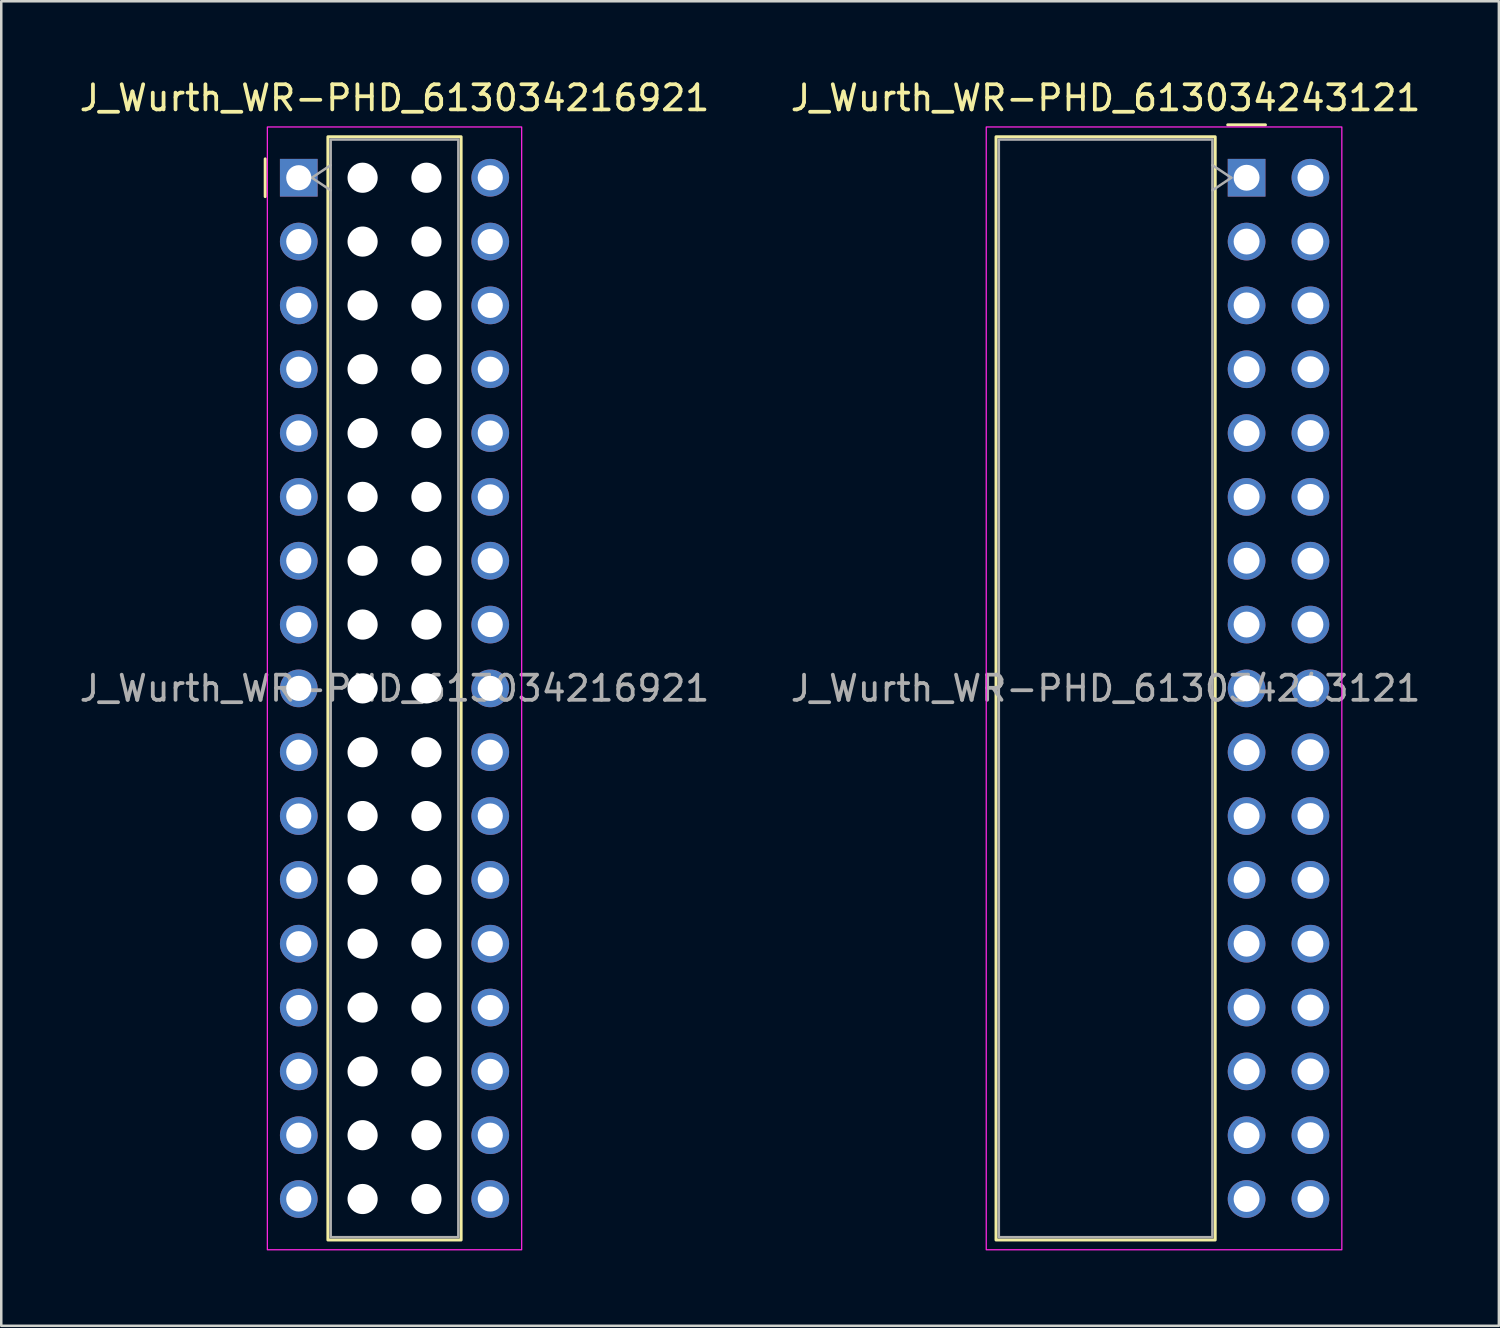
<source format=kicad_pcb>
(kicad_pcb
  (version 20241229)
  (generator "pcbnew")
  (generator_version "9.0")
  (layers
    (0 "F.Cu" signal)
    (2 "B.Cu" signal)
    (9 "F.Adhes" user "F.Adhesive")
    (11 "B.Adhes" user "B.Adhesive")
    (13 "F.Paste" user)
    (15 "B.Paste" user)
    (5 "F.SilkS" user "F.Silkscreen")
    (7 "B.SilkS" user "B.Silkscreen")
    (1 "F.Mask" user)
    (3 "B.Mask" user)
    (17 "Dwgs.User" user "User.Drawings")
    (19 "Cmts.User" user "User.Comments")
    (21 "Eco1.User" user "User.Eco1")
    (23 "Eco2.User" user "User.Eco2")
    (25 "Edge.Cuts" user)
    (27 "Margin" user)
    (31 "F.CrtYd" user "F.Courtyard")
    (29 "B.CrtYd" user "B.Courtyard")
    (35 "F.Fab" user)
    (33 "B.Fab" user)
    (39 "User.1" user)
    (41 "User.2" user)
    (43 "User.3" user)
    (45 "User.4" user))
  (footprint "J_Wurth_WR-PHD_613034216921"
    (layer "F.Cu")
    (at 8.839 4.023)
    (property "Reference" "J_Wurth_WR-PHD_613034216921" (at 3.81 -3.175 0) (unlocked yes) (layer "F.SilkS") (effects (font (size 1 1) (thickness 0.15))))
    (attr through_hole)
    (fp_line (start -1.335 -0.75) (end -1.335 0.75) (stroke (width 0.12) (type solid)) (layer "F.SilkS"))
    (fp_rect (start 1.16 -1.63) (end 6.46 42.27) (stroke (width 0.12) (type solid)) (fill no) (layer "F.SilkS"))
    (fp_rect (start -1.25 -2.02) (end 8.87 42.66) (stroke (width 0.05) (type solid)) (fill no) (layer "F.CrtYd"))
    (fp_line (start 0.52 0) (end 1.27 -0.5) (stroke (width 0.1) (type solid)) (layer "F.Fab"))
    (fp_line (start 0.52 0) (end 1.27 0.5) (stroke (width 0.1) (type solid)) (layer "F.Fab"))
    (fp_rect (start 1.27 -1.52) (end 6.35 42.16) (stroke (width 0.1) (type solid)) (fill no) (layer "F.Fab"))
    (fp_text user "${REFERENCE}" (at 3.81 20.32 0) (unlocked yes) (layer "F.Fab") (effects (font (size 1 1) (thickness 0.15))))
    (pad "" np_thru_hole circle (at 2.54 0 270) (size 1.2 1.2) (drill 1.2) (layers "*.Cu" "*.Mask"))
    (pad "" np_thru_hole circle (at 2.54 2.54 270) (size 1.2 1.2) (drill 1.2) (layers "*.Cu" "*.Mask"))
    (pad "" np_thru_hole circle (at 2.54 5.08 270) (size 1.2 1.2) (drill 1.2) (layers "*.Cu" "*.Mask"))
    (pad "" np_thru_hole circle (at 2.54 7.62 270) (size 1.2 1.2) (drill 1.2) (layers "*.Cu" "*.Mask"))
    (pad "" np_thru_hole circle (at 2.54 10.16 270) (size 1.2 1.2) (drill 1.2) (layers "*.Cu" "*.Mask"))
    (pad "" np_thru_hole circle (at 2.54 12.7 270) (size 1.2 1.2) (drill 1.2) (layers "*.Cu" "*.Mask"))
    (pad "" np_thru_hole circle (at 2.54 15.24 270) (size 1.2 1.2) (drill 1.2) (layers "*.Cu" "*.Mask"))
    (pad "" np_thru_hole circle (at 2.54 17.78 270) (size 1.2 1.2) (drill 1.2) (layers "*.Cu" "*.Mask"))
    (pad "" np_thru_hole circle (at 2.54 20.32 270) (size 1.2 1.2) (drill 1.2) (layers "*.Cu" "*.Mask"))
    (pad "" np_thru_hole circle (at 2.54 22.86 270) (size 1.2 1.2) (drill 1.2) (layers "*.Cu" "*.Mask"))
    (pad "" np_thru_hole circle (at 2.54 25.4 270) (size 1.2 1.2) (drill 1.2) (layers "*.Cu" "*.Mask"))
    (pad "" np_thru_hole circle (at 2.54 27.94 270) (size 1.2 1.2) (drill 1.2) (layers "*.Cu" "*.Mask"))
    (pad "" np_thru_hole circle (at 2.54 30.48 270) (size 1.2 1.2) (drill 1.2) (layers "*.Cu" "*.Mask"))
    (pad "" np_thru_hole circle (at 2.54 33.02 270) (size 1.2 1.2) (drill 1.2) (layers "*.Cu" "*.Mask"))
    (pad "" np_thru_hole circle (at 2.54 35.56 270) (size 1.2 1.2) (drill 1.2) (layers "*.Cu" "*.Mask"))
    (pad "" np_thru_hole circle (at 2.54 38.1 270) (size 1.2 1.2) (drill 1.2) (layers "*.Cu" "*.Mask"))
    (pad "" np_thru_hole circle (at 2.54 40.64 270) (size 1.2 1.2) (drill 1.2) (layers "*.Cu" "*.Mask"))
    (pad "" np_thru_hole circle (at 5.08 0 270) (size 1.2 1.2) (drill 1.2) (layers "*.Cu" "*.Mask"))
    (pad "" np_thru_hole circle (at 5.08 2.54 270) (size 1.2 1.2) (drill 1.2) (layers "*.Cu" "*.Mask"))
    (pad "" np_thru_hole circle (at 5.08 5.08 270) (size 1.2 1.2) (drill 1.2) (layers "*.Cu" "*.Mask"))
    (pad "" np_thru_hole circle (at 5.08 7.62 270) (size 1.2 1.2) (drill 1.2) (layers "*.Cu" "*.Mask"))
    (pad "" np_thru_hole circle (at 5.08 10.16 270) (size 1.2 1.2) (drill 1.2) (layers "*.Cu" "*.Mask"))
    (pad "" np_thru_hole circle (at 5.08 12.7 270) (size 1.2 1.2) (drill 1.2) (layers "*.Cu" "*.Mask"))
    (pad "" np_thru_hole circle (at 5.08 15.24 270) (size 1.2 1.2) (drill 1.2) (layers "*.Cu" "*.Mask"))
    (pad "" np_thru_hole circle (at 5.08 17.78 270) (size 1.2 1.2) (drill 1.2) (layers "*.Cu" "*.Mask"))
    (pad "" np_thru_hole circle (at 5.08 20.32 270) (size 1.2 1.2) (drill 1.2) (layers "*.Cu" "*.Mask"))
    (pad "" np_thru_hole circle (at 5.08 22.86 270) (size 1.2 1.2) (drill 1.2) (layers "*.Cu" "*.Mask"))
    (pad "" np_thru_hole circle (at 5.08 25.4 270) (size 1.2 1.2) (drill 1.2) (layers "*.Cu" "*.Mask"))
    (pad "" np_thru_hole circle (at 5.08 27.94 270) (size 1.2 1.2) (drill 1.2) (layers "*.Cu" "*.Mask"))
    (pad "" np_thru_hole circle (at 5.08 30.48 270) (size 1.2 1.2) (drill 1.2) (layers "*.Cu" "*.Mask"))
    (pad "" np_thru_hole circle (at 5.08 33.02 270) (size 1.2 1.2) (drill 1.2) (layers "*.Cu" "*.Mask"))
    (pad "" np_thru_hole circle (at 5.08 35.56 270) (size 1.2 1.2) (drill 1.2) (layers "*.Cu" "*.Mask"))
    (pad "" np_thru_hole circle (at 5.08 38.1 270) (size 1.2 1.2) (drill 1.2) (layers "*.Cu" "*.Mask"))
    (pad "" np_thru_hole circle (at 5.08 40.64 270) (size 1.2 1.2) (drill 1.2) (layers "*.Cu" "*.Mask"))
    (pad "1" thru_hole rect (at 0 0 270) (size 1.5 1.5) (drill 1) (layers "*.Cu" "*.Mask"))
    (pad "2" thru_hole circle (at 7.62 0 270) (size 1.5 1.5) (drill 1) (layers "*.Cu" "*.Mask"))
    (pad "3" thru_hole circle (at 0 2.54 270) (size 1.5 1.5) (drill 1) (layers "*.Cu" "*.Mask"))
    (pad "4" thru_hole circle (at 7.62 2.54 270) (size 1.5 1.5) (drill 1) (layers "*.Cu" "*.Mask"))
    (pad "5" thru_hole circle (at 0 5.08 270) (size 1.5 1.5) (drill 1) (layers "*.Cu" "*.Mask"))
    (pad "6" thru_hole circle (at 7.62 5.08 270) (size 1.5 1.5) (drill 1) (layers "*.Cu" "*.Mask"))
    (pad "7" thru_hole circle (at 0 7.62 270) (size 1.5 1.5) (drill 1) (layers "*.Cu" "*.Mask"))
    (pad "8" thru_hole circle (at 7.62 7.62 270) (size 1.5 1.5) (drill 1) (layers "*.Cu" "*.Mask"))
    (pad "9" thru_hole circle (at 0 10.16 270) (size 1.5 1.5) (drill 1) (layers "*.Cu" "*.Mask"))
    (pad "10" thru_hole circle (at 7.62 10.16 270) (size 1.5 1.5) (drill 1) (layers "*.Cu" "*.Mask"))
    (pad "11" thru_hole circle (at 0 12.7 270) (size 1.5 1.5) (drill 1) (layers "*.Cu" "*.Mask"))
    (pad "12" thru_hole circle (at 7.62 12.7 270) (size 1.5 1.5) (drill 1) (layers "*.Cu" "*.Mask"))
    (pad "13" thru_hole circle (at 0 15.24 270) (size 1.5 1.5) (drill 1) (layers "*.Cu" "*.Mask"))
    (pad "14" thru_hole circle (at 7.62 15.24 270) (size 1.5 1.5) (drill 1) (layers "*.Cu" "*.Mask"))
    (pad "15" thru_hole circle (at 0 17.78 270) (size 1.5 1.5) (drill 1) (layers "*.Cu" "*.Mask"))
    (pad "16" thru_hole circle (at 7.62 17.78 270) (size 1.5 1.5) (drill 1) (layers "*.Cu" "*.Mask"))
    (pad "17" thru_hole circle (at 0 20.32 270) (size 1.5 1.5) (drill 1) (layers "*.Cu" "*.Mask"))
    (pad "18" thru_hole circle (at 7.62 20.32 270) (size 1.5 1.5) (drill 1) (layers "*.Cu" "*.Mask"))
    (pad "19" thru_hole circle (at 0 22.86 270) (size 1.5 1.5) (drill 1) (layers "*.Cu" "*.Mask"))
    (pad "20" thru_hole circle (at 7.62 22.86 270) (size 1.5 1.5) (drill 1) (layers "*.Cu" "*.Mask"))
    (pad "21" thru_hole circle (at 0 25.4 270) (size 1.5 1.5) (drill 1) (layers "*.Cu" "*.Mask"))
    (pad "22" thru_hole circle (at 7.62 25.4 270) (size 1.5 1.5) (drill 1) (layers "*.Cu" "*.Mask"))
    (pad "23" thru_hole circle (at 0 27.94 270) (size 1.5 1.5) (drill 1) (layers "*.Cu" "*.Mask"))
    (pad "24" thru_hole circle (at 7.62 27.94 270) (size 1.5 1.5) (drill 1) (layers "*.Cu" "*.Mask"))
    (pad "25" thru_hole circle (at 0 30.48 270) (size 1.5 1.5) (drill 1) (layers "*.Cu" "*.Mask"))
    (pad "26" thru_hole circle (at 7.62 30.48 270) (size 1.5 1.5) (drill 1) (layers "*.Cu" "*.Mask"))
    (pad "27" thru_hole circle (at 0 33.02 270) (size 1.5 1.5) (drill 1) (layers "*.Cu" "*.Mask"))
    (pad "28" thru_hole circle (at 7.62 33.02 270) (size 1.5 1.5) (drill 1) (layers "*.Cu" "*.Mask"))
    (pad "29" thru_hole circle (at 0 35.56 270) (size 1.5 1.5) (drill 1) (layers "*.Cu" "*.Mask"))
    (pad "30" thru_hole circle (at 7.62 35.56 270) (size 1.5 1.5) (drill 1) (layers "*.Cu" "*.Mask"))
    (pad "31" thru_hole circle (at 0 38.1 270) (size 1.5 1.5) (drill 1) (layers "*.Cu" "*.Mask"))
    (pad "32" thru_hole circle (at 7.62 38.1 270) (size 1.5 1.5) (drill 1) (layers "*.Cu" "*.Mask"))
    (pad "33" thru_hole circle (at 0 40.64 270) (size 1.5 1.5) (drill 1) (layers "*.Cu" "*.Mask"))
    (pad "34" thru_hole circle (at 7.62 40.64 270) (size 1.5 1.5) (drill 1) (layers "*.Cu" "*.Mask")))
  (footprint "J_Wurth_WR-PHD_613034243121"
    (layer "F.Cu")
    (at 46.556 4.023)
    (property "Reference" "J_Wurth_WR-PHD_613034243121" (at -5.61 -3.175 0) (unlocked yes) (layer "F.SilkS") (effects (font (size 1 1) (thickness 0.15))))
    (attr through_hole)
    (fp_line (start -0.75 -2.105) (end 0.75 -2.105) (stroke (width 0.12) (type solid)) (layer "F.SilkS"))
    (fp_rect (start -9.97 -1.63) (end -1.25 42.27) (stroke (width 0.12) (type solid)) (fill no) (layer "F.SilkS"))
    (fp_rect (start -10.36 -2.02) (end 3.79 42.66) (stroke (width 0.05) (type solid)) (fill no) (layer "F.CrtYd"))
    (fp_line (start -0.61 0) (end -1.36 -0.5) (stroke (width 0.1) (type solid)) (layer "F.Fab"))
    (fp_line (start -0.61 0) (end -1.36 0.5) (stroke (width 0.1) (type solid)) (layer "F.Fab"))
    (fp_rect (start -9.86 -1.52) (end -1.36 42.16) (stroke (width 0.1) (type solid)) (fill no) (layer "F.Fab"))
    (fp_text user "${REFERENCE}" (at -5.61 20.32 0) (unlocked yes) (layer "F.Fab") (effects (font (size 1 1) (thickness 0.15))))
    (pad "1" thru_hole rect (at 0 0 270) (size 1.5 1.5) (drill 1.03) (layers "*.Cu" "*.Mask"))
    (pad "2" thru_hole circle (at 2.54 0 270) (size 1.5 1.5) (drill 1.03) (layers "*.Cu" "*.Mask"))
    (pad "3" thru_hole circle (at 0 2.54 270) (size 1.5 1.5) (drill 1.03) (layers "*.Cu" "*.Mask"))
    (pad "4" thru_hole circle (at 2.54 2.54 270) (size 1.5 1.5) (drill 1.03) (layers "*.Cu" "*.Mask"))
    (pad "5" thru_hole circle (at 0 5.08 270) (size 1.5 1.5) (drill 1.03) (layers "*.Cu" "*.Mask"))
    (pad "6" thru_hole circle (at 2.54 5.08 270) (size 1.5 1.5) (drill 1.03) (layers "*.Cu" "*.Mask"))
    (pad "7" thru_hole circle (at 0 7.62 270) (size 1.5 1.5) (drill 1.03) (layers "*.Cu" "*.Mask"))
    (pad "8" thru_hole circle (at 2.54 7.62 270) (size 1.5 1.5) (drill 1.03) (layers "*.Cu" "*.Mask"))
    (pad "9" thru_hole circle (at 0 10.16 270) (size 1.5 1.5) (drill 1.03) (layers "*.Cu" "*.Mask"))
    (pad "10" thru_hole circle (at 2.54 10.16 270) (size 1.5 1.5) (drill 1.03) (layers "*.Cu" "*.Mask"))
    (pad "11" thru_hole circle (at 0 12.7 270) (size 1.5 1.5) (drill 1.03) (layers "*.Cu" "*.Mask"))
    (pad "12" thru_hole circle (at 2.54 12.7 270) (size 1.5 1.5) (drill 1.03) (layers "*.Cu" "*.Mask"))
    (pad "13" thru_hole circle (at 0 15.24 270) (size 1.5 1.5) (drill 1.03) (layers "*.Cu" "*.Mask"))
    (pad "14" thru_hole circle (at 2.54 15.24 270) (size 1.5 1.5) (drill 1.03) (layers "*.Cu" "*.Mask"))
    (pad "15" thru_hole circle (at 0 17.78 270) (size 1.5 1.5) (drill 1.03) (layers "*.Cu" "*.Mask"))
    (pad "16" thru_hole circle (at 2.54 17.78 270) (size 1.5 1.5) (drill 1.03) (layers "*.Cu" "*.Mask"))
    (pad "17" thru_hole circle (at 0 20.32 270) (size 1.5 1.5) (drill 1.03) (layers "*.Cu" "*.Mask"))
    (pad "18" thru_hole circle (at 2.54 20.32 270) (size 1.5 1.5) (drill 1.03) (layers "*.Cu" "*.Mask"))
    (pad "19" thru_hole circle (at 0 22.86 270) (size 1.5 1.5) (drill 1.03) (layers "*.Cu" "*.Mask"))
    (pad "20" thru_hole circle (at 2.54 22.86 270) (size 1.5 1.5) (drill 1.03) (layers "*.Cu" "*.Mask"))
    (pad "21" thru_hole circle (at 0 25.4 270) (size 1.5 1.5) (drill 1.03) (layers "*.Cu" "*.Mask"))
    (pad "22" thru_hole circle (at 2.54 25.4 270) (size 1.5 1.5) (drill 1.03) (layers "*.Cu" "*.Mask"))
    (pad "23" thru_hole circle (at 0 27.94 270) (size 1.5 1.5) (drill 1.03) (layers "*.Cu" "*.Mask"))
    (pad "24" thru_hole circle (at 2.54 27.94 270) (size 1.5 1.5) (drill 1.03) (layers "*.Cu" "*.Mask"))
    (pad "25" thru_hole circle (at 0 30.48 270) (size 1.5 1.5) (drill 1.03) (layers "*.Cu" "*.Mask"))
    (pad "26" thru_hole circle (at 2.54 30.48 270) (size 1.5 1.5) (drill 1.03) (layers "*.Cu" "*.Mask"))
    (pad "27" thru_hole circle (at 0 33.02 270) (size 1.5 1.5) (drill 1.03) (layers "*.Cu" "*.Mask"))
    (pad "28" thru_hole circle (at 2.54 33.02 270) (size 1.5 1.5) (drill 1.03) (layers "*.Cu" "*.Mask"))
    (pad "29" thru_hole circle (at 0 35.56 270) (size 1.5 1.5) (drill 1.03) (layers "*.Cu" "*.Mask"))
    (pad "30" thru_hole circle (at 2.54 35.56 270) (size 1.5 1.5) (drill 1.03) (layers "*.Cu" "*.Mask"))
    (pad "31" thru_hole circle (at 0 38.1 270) (size 1.5 1.5) (drill 1.03) (layers "*.Cu" "*.Mask"))
    (pad "32" thru_hole circle (at 2.54 38.1 270) (size 1.5 1.5) (drill 1.03) (layers "*.Cu" "*.Mask"))
    (pad "33" thru_hole circle (at 0 40.64 270) (size 1.5 1.5) (drill 1.03) (layers "*.Cu" "*.Mask"))
    (pad "34" thru_hole circle (at 2.54 40.64 270) (size 1.5 1.5) (drill 1.03) (layers "*.Cu" "*.Mask")))
  (gr_rect
    (start -3 -3)
    (end 56.595 49.708)
    (stroke (width 0.1) (type default))
    (fill no)
    (layer "Edge.Cuts")))
</source>
